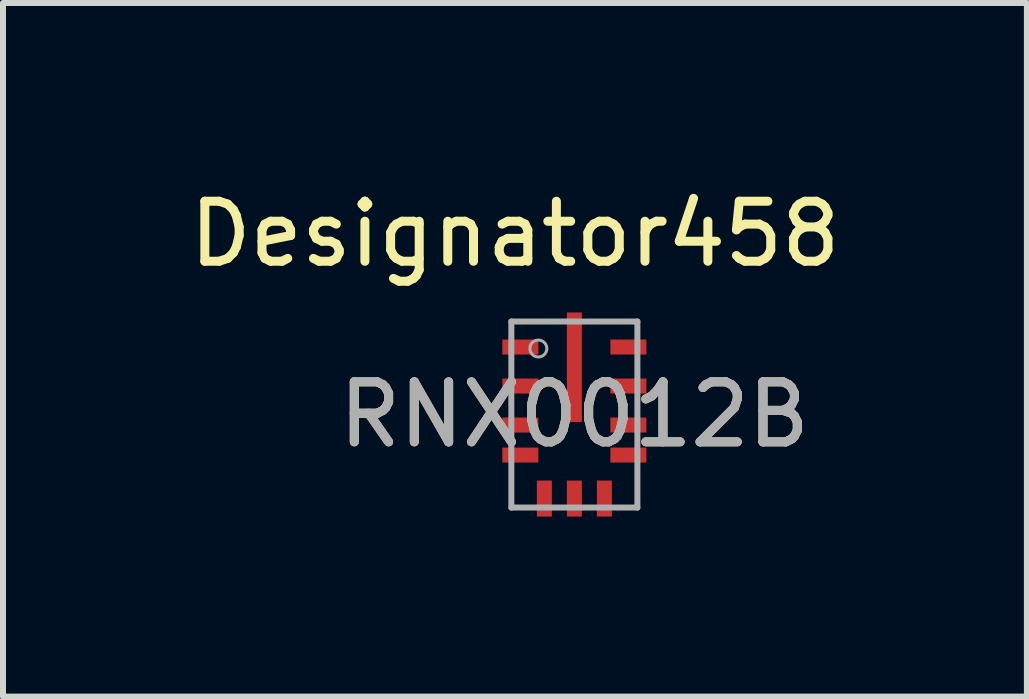
<source format=kicad_pcb>
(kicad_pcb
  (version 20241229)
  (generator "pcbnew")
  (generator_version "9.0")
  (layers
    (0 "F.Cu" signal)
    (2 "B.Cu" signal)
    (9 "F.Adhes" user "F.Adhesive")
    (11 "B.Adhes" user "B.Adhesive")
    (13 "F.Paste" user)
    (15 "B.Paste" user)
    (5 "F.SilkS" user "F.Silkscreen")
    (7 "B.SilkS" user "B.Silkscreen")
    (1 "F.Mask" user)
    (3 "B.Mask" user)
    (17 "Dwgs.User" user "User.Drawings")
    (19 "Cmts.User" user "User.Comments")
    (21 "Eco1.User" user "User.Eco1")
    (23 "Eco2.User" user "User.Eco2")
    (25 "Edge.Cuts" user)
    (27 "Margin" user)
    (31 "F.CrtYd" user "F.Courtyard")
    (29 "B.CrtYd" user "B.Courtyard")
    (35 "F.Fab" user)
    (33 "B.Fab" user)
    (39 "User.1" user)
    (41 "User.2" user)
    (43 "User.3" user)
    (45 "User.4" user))
  (footprint "RNX0012B"
    (layer "F.Cu")
    (at 6.52 3.857)
    (property "Reference" "RNX0012B" (at 0 0 0) (unlocked yes) (layer "F.SilkS") (effects (font (size 1 1) (thickness 0.15))))
    (attr smd)
    (fp_poly (pts (xy -0.125 -1.65) (xy -0.125 -0.938) (xy -0.075 -0.888) (xy 0.075 -0.888) (xy 0.125 -0.938) (xy 0.125 -1.65) (xy 0.075 -1.7) (xy -0.075 -1.7)) (stroke (width 0) (type solid)) (fill yes) (layer "F.Paste"))
    (fp_poly (pts (xy -0.125 0.074) (xy -0.125 -0.638) (xy -0.075 -0.688) (xy 0.075 -0.688) (xy 0.125 -0.638) (xy 0.125 0.074) (xy 0.075 0.124) (xy -0.075 0.124)) (stroke (width 0) (type solid)) (fill yes) (layer "F.Paste"))
    (fp_line (start -1.05 -1.55) (end 1.05 -1.55) (stroke (width 0.1) (type solid)) (layer "F.Fab"))
    (fp_line (start -1.05 1.55) (end -1.05 -1.55) (stroke (width 0.1) (type solid)) (layer "F.Fab"))
    (fp_line (start -1.05 1.55) (end 1.05 1.55) (stroke (width 0.1) (type solid)) (layer "F.Fab"))
    (fp_line (start 1.05 1.55) (end 1.05 -1.55) (stroke (width 0.1) (type solid)) (layer "F.Fab"))
    (fp_circle (center -0.6 -1.1) (end -0.459 -1.1) (stroke (width 0.05) (type solid)) (fill no) (layer "F.Fab"))
    (fp_text user "Designator458" (at -0.99 -3.009 0) (unlocked yes) (layer "F.SilkS") (effects (font (size 1 1) (thickness 0.15))))
    (fp_text user "${REFERENCE}" (at 0 0 0) (unlocked yes) (layer "F.Fab") (effects (font (size 1 1) (thickness 0.15))))
    (pad "1" smd rect (at -0.9 -1.125) (size 0.6 0.25) (layers "F.Cu" "F.Mask" "F.Paste"))
    (pad "2" smd rect (at -0.9 -0.475) (size 0.6 0.25) (layers "F.Cu" "F.Mask" "F.Paste"))
    (pad "3" smd rect (at -0.9 0.175) (size 0.6 0.25) (layers "F.Cu" "F.Mask" "F.Paste"))
    (pad "4" smd rect (at -0.9 0.675) (size 0.6 0.25) (layers "F.Cu" "F.Mask" "F.Paste"))
    (pad "5" smd rect (at -0.5 1.4 90) (size 0.6 0.25) (layers "F.Cu" "F.Mask" "F.Paste"))
    (pad "6" smd rect (at 0 1.4 90) (size 0.6 0.25) (layers "F.Cu" "F.Mask" "F.Paste"))
    (pad "7" smd rect (at 0.5 1.4 90) (size 0.6 0.25) (layers "F.Cu" "F.Mask" "F.Paste"))
    (pad "8" smd rect (at 0.9 0.675) (size 0.6 0.25) (layers "F.Cu" "F.Mask" "F.Paste"))
    (pad "9" smd rect (at 0.9 0.175) (size 0.6 0.25) (layers "F.Cu" "F.Mask" "F.Paste"))
    (pad "10" smd rect (at 0.9 -0.475) (size 0.6 0.25) (layers "F.Cu" "F.Mask" "F.Paste"))
    (pad "11" smd rect (at 0.9 -1.125) (size 0.6 0.25) (layers "F.Cu" "F.Mask" "F.Paste"))
    (pad "12" smd rect (at 0 -0.788 90) (size 1.825 0.25) (layers "F.Cu" "F.Mask")))
  (gr_rect
    (start -3 -3)
    (end 14.06 8.557)
    (stroke (width 0.1) (type default))
    (fill no)
    (layer "Edge.Cuts")))
</source>
